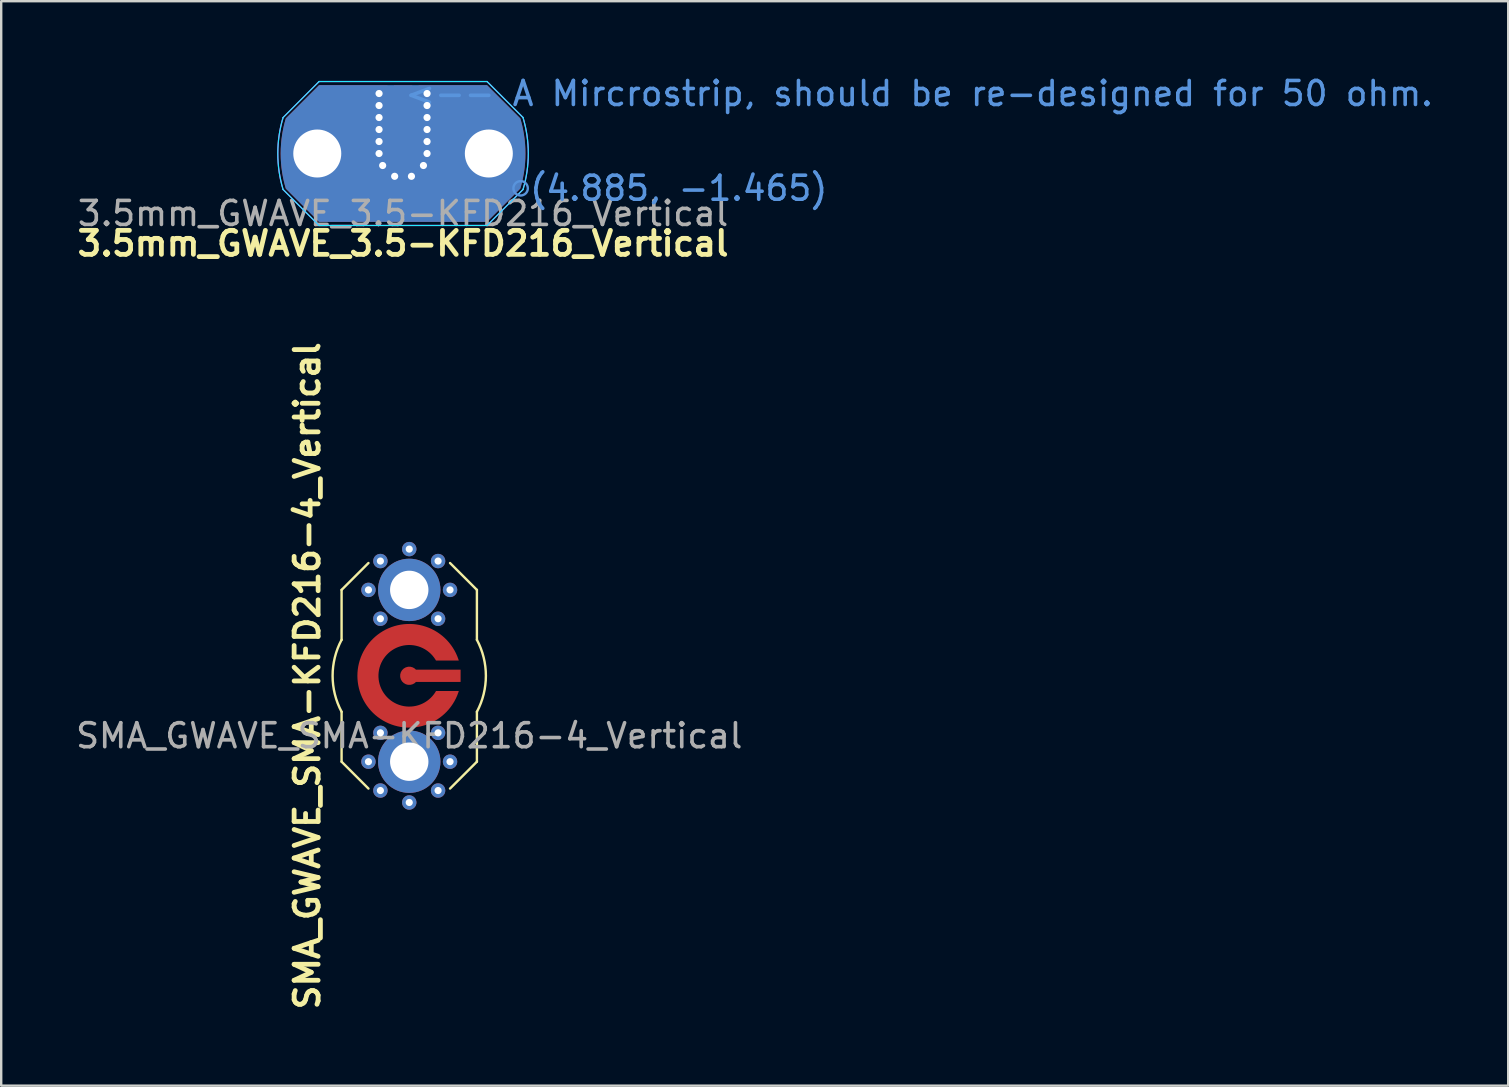
<source format=kicad_pcb>
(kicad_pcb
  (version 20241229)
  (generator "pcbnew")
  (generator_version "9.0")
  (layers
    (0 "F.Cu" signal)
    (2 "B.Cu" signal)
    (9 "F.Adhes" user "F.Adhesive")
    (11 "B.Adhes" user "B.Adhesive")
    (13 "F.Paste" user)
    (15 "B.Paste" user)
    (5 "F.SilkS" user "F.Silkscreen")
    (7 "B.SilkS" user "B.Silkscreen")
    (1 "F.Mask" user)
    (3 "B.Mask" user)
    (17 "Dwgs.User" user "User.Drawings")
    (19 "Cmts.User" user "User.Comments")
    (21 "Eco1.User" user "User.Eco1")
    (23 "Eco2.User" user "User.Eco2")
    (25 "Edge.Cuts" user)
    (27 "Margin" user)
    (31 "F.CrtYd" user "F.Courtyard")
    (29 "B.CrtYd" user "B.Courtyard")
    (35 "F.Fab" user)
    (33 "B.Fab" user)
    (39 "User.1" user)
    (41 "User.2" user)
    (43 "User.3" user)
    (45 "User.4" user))
  (footprint "3.5mm_GWAVE_3.5-KFD216_Vertical"
    (layer "F.Cu")
    (at 13.748 3.348)
    (property "Reference" "3.5mm_GWAVE_3.5-KFD216_Vertical" (at 0 3.75 0) (unlocked yes) (layer "F.SilkS") (effects (font (size 1 1) (thickness 0.2) (bold yes))))
    (fp_poly (pts (xy -0.65 -2.85) (arc (start -0.65 0) (mid 0 0.65) (end 0.65 0)) (xy 0.65 -2.85)) (stroke (width 0) (type solid)) (fill yes) (layer "F.Mask"))
    (fp_circle (center 4.9 1.45) (end 5.2 1.45) (stroke (width 0.1) (type default)) (fill no) (layer "Cmts.User"))
    (fp_line (start -5 -1.5) (end -3.5 -3) (stroke (width 0.05) (type default)) (layer "B.CrtYd"))
    (fp_line (start -3.5 -3) (end 3.5 -3) (stroke (width 0.05) (type default)) (layer "B.CrtYd"))
    (fp_line (start -3.5 3) (end -5 1.5) (stroke (width 0.05) (type default)) (layer "B.CrtYd"))
    (fp_line (start -3.5 3) (end 3.5 3) (stroke (width 0.05) (type default)) (layer "B.CrtYd"))
    (fp_line (start 3.5 -3) (end 5 -1.5) (stroke (width 0.05) (type default)) (layer "B.CrtYd"))
    (fp_line (start 3.5 3) (end 5 1.5) (stroke (width 0.05) (type default)) (layer "B.CrtYd"))
    (fp_arc (start -5 1.5) (mid -5.220153 0) (end -5 -1.5) (stroke (width 0.05) (type default)) (layer "B.CrtYd"))
    (fp_arc (start 5 -1.5) (mid 5.220153 0) (end 5 1.5) (stroke (width 0.05) (type default)) (layer "B.CrtYd"))
    (fp_line (start -5 1.5) (end -3.5 3) (stroke (width 0.05) (type default)) (layer "F.CrtYd"))
    (fp_line (start -3.5 -3) (end -5 -1.5) (stroke (width 0.05) (type default)) (layer "F.CrtYd"))
    (fp_line (start -3.5 -3) (end 3.5 -3) (stroke (width 0.05) (type default)) (layer "F.CrtYd"))
    (fp_line (start -3.5 3) (end 3.5 3) (stroke (width 0.05) (type default)) (layer "F.CrtYd"))
    (fp_line (start 3.5 -3) (end 5 -1.5) (stroke (width 0.05) (type default)) (layer "F.CrtYd"))
    (fp_line (start 3.5 3) (end 5 1.5) (stroke (width 0.05) (type default)) (layer "F.CrtYd"))
    (fp_arc (start -5 1.5) (mid -5.220153 0) (end -5 -1.5) (stroke (width 0.05) (type default)) (layer "F.CrtYd"))
    (fp_arc (start 5 -1.5) (mid 5.220153 0) (end 5 1.5) (stroke (width 0.05) (type default)) (layer "F.CrtYd"))
    (fp_text user "(4.885, -1.465)" (at 5.2 1.45 0) (unlocked yes) (layer "Cmts.User") (effects (font (size 1 1) (thickness 0.15)) (justify left)))
    (fp_text user "<-- A Mircrostrip, should be re-designed for 50 ohm." (at 0 -2.5 0) (unlocked yes) (layer "Cmts.User") (effects (font (size 1 1) (thickness 0.15)) (justify left)))
    (fp_text user "${REFERENCE}" (at 0 2.5 0) (unlocked yes) (layer "F.Fab") (effects (font (size 1 1) (thickness 0.15))))
    (pad "" np_thru_hole circle (at -3.575 0) (size 2.54 2.54) (drill 2) (layers "*.Cu" "*.Mask"))
    (pad "" np_thru_hole circle (at -1 -2.5) (size 0.3 0.3) (drill 0.3) (layers "*.Cu" "*.Mask"))
    (pad "" np_thru_hole circle (at -1 -2) (size 0.3 0.3) (drill 0.3) (layers "*.Cu" "*.Mask"))
    (pad "" np_thru_hole circle (at -1 -1.5) (size 0.3 0.3) (drill 0.3) (layers "*.Cu" "*.Mask"))
    (pad "" np_thru_hole circle (at -1 -1) (size 0.3 0.3) (drill 0.3) (layers "*.Cu" "*.Mask"))
    (pad "" np_thru_hole circle (at -1 -0.5) (size 0.3 0.3) (drill 0.3) (layers "*.Cu" "*.Mask"))
    (pad "" np_thru_hole circle (at -1 0) (size 0.3 0.3) (drill 0.3) (layers "*.Cu" "*.Mask"))
    (pad "" np_thru_hole circle (at -0.85 0.5) (size 0.3 0.3) (drill 0.3) (layers "*.Cu" "*.Mask"))
    (pad "" np_thru_hole circle (at -0.35 0.95) (size 0.3 0.3) (drill 0.3) (layers "*.Cu" "*.Mask"))
    (pad "" np_thru_hole circle (at 0.35 0.95) (size 0.3 0.3) (drill 0.3) (layers "*.Cu" "*.Mask"))
    (pad "" np_thru_hole circle (at 0.85 0.5) (size 0.3 0.3) (drill 0.3) (layers "*.Cu" "*.Mask"))
    (pad "" np_thru_hole circle (at 1 -2.5) (size 0.3 0.3) (drill 0.3) (layers "*.Cu" "*.Mask"))
    (pad "" np_thru_hole circle (at 1 -2) (size 0.3 0.3) (drill 0.3) (layers "*.Cu" "*.Mask"))
    (pad "" np_thru_hole circle (at 1 -1.5) (size 0.3 0.3) (drill 0.3) (layers "*.Cu" "*.Mask"))
    (pad "" np_thru_hole circle (at 1 -1) (size 0.3 0.3) (drill 0.3) (layers "*.Cu" "*.Mask"))
    (pad "" np_thru_hole circle (at 1 -0.5) (size 0.3 0.3) (drill 0.3) (layers "*.Cu" "*.Mask"))
    (pad "" np_thru_hole circle (at 1 0) (size 0.3 0.3) (drill 0.3) (layers "*.Cu" "*.Mask"))
    (pad "" np_thru_hole circle (at 3.575 0) (size 2.54 2.54) (drill 2) (layers "*.Cu" "*.Mask"))
    (pad "1" smd custom (at 0 0) (size 0.76 0.76) (layers "F.Cu" "F.Mask") (options (anchor circle)) (primitives (gr_rect (start -0.38 -2.85) (end 0.38 0) (width 0) (fill yes))))
    (pad "2" smd custom (at 0 2.5) (size 0.5 0.5) (layers "F.Cu" "F.Mask") (options (anchor circle)) (primitives (gr_poly (pts (arc (start -4.885 -3.965) (mid -5.099946 -2.5) (end -4.885 -1.035)) (xy -3.5 0.35) (xy 0 0.35) (xy 3.5 0.35) (arc (start 4.885 -1.035) (mid 5.099946 -2.5) (end 4.885 -3.965)) (xy 3.5 -5.35) (xy 0.65 -5.35) (arc (start 0.65 -2.5) (mid 0 -1.85) (end -0.65 -2.5)) (xy -0.65 -5.35) (xy -3.5 -5.35)) (width 0) (fill yes))))
    (pad "2" smd custom (at 0 2.5) (size 0.5 0.5) (layers "B.Cu" "B.Mask") (options (anchor circle)) (primitives (gr_poly (pts (xy -3.5 -5.35) (xy -0.65 -5.35) (xy 0.65 -5.35) (xy 3.5 -5.35) (arc (start 4.885 -3.965) (mid 5.099946 -2.5) (end 4.885 -1.035)) (xy 3.5 0.35) (xy 0 0.35) (xy -3.5 0.35) (arc (start -4.885 -1.035) (mid -5.099946 -2.5) (end -4.885 -3.965))) (width 0) (fill yes)))))
  (footprint "SMA_GWAVE_SMA-KFD216-4_Vertical"
    (layer "F.Cu")
    (at 14.006 25.115)
    (property "Reference" "SMA_GWAVE_SMA-KFD216-4_Vertical" (at -4.25 0 90) (unlocked yes) (layer "F.SilkS") (effects (font (size 1 1) (thickness 0.2) (bold yes))))
    (fp_circle (center 0 -3.58) (end -1.1 -3.58) (stroke (width 0) (type solid)) (fill yes) (layer "F.Mask"))
    (fp_circle (center 0 0) (end 2.16 0) (stroke (width 0) (type solid)) (fill yes) (layer "F.Mask"))
    (fp_circle (center 0 3.58) (end 1.1 3.58) (stroke (width 0) (type solid)) (fill yes) (layer "F.Mask"))
    (fp_circle (center 0 -3.58) (end -1.3 -3.58) (stroke (width 0) (type solid)) (fill yes) (layer "B.Mask"))
    (fp_circle (center 0 3.58) (end 1.3 3.58) (stroke (width 0) (type solid)) (fill yes) (layer "B.Mask"))
    (fp_line (start -2.82 -3.58) (end -2.82 -1.5) (stroke (width 0.1) (type default)) (layer "F.SilkS"))
    (fp_line (start -2.82 -3.58) (end -1.7 -4.7) (stroke (width 0.1) (type default)) (layer "F.SilkS"))
    (fp_line (start -2.82 1.5) (end -2.82 3.58) (stroke (width 0.1) (type default)) (layer "F.SilkS"))
    (fp_line (start -2.82 3.58) (end -1.7 4.7) (stroke (width 0.1) (type default)) (layer "F.SilkS"))
    (fp_line (start 2.82 -3.58) (end 1.7 -4.7) (stroke (width 0.1) (type default)) (layer "F.SilkS"))
    (fp_line (start 2.82 -1.5) (end 2.82 -3.58) (stroke (width 0.1) (type default)) (layer "F.SilkS"))
    (fp_line (start 2.82 1.5) (end 2.82 3.58) (stroke (width 0.1) (type default)) (layer "F.SilkS"))
    (fp_line (start 2.82 3.58) (end 1.7 4.7) (stroke (width 0.1) (type default)) (layer "F.SilkS"))
    (fp_arc (start -2.819999 1.5) (mid -3.194119 0) (end -2.819999 -1.5) (stroke (width 0.1) (type default)) (layer "F.SilkS"))
    (fp_arc (start 2.819999 -1.5) (mid 3.194119 0) (end 2.819999 1.5) (stroke (width 0.1) (type default)) (layer "F.SilkS"))
    (fp_text user "${REFERENCE}" (at 0 2.5 0) (unlocked yes) (layer "F.Fab") (effects (font (size 1 1) (thickness 0.15))))
    (pad "1" smd custom (at 1.85 0) (size 0.5 0.5) (layers "F.Cu" "F.Mask") (options (anchor circle)) (primitives (gr_rect (start -1.85 -0.255) (end 0.29 0.255) (width 0) (fill yes)) (gr_circle (center -1.85 0) (end -1.47 0) (width 0) (fill yes))))
    (pad "2" thru_hole circle (at -1.7 -3.58 180) (size 0.6 0.6) (drill 0.3) (layers "*.Cu"))
    (pad "2" smd custom (at -1.7 0) (size 0.5 0.5) (layers "F.Cu" "F.Mask") (options (anchor circle)) (primitives (gr_poly (pts (arc (start 3.765 -0.635) (mid -0.460424 0) (end 3.765 0.635)) (arc (start 2.815 0.635) (mid 0.416865 0) (end 2.815 -0.635))) (width 0) (fill yes))))
    (pad "2" thru_hole circle (at -1.7 3.58) (size 0.6 0.6) (drill 0.3) (layers "*.Cu"))
    (pad "2" thru_hole circle (at -1.202 -4.782 180) (size 0.6 0.6) (drill 0.3) (layers "*.Cu"))
    (pad "2" thru_hole circle (at -1.202 -2.378 180) (size 0.6 0.6) (drill 0.3) (layers "*.Cu"))
    (pad "2" thru_hole circle (at -1.202 2.378) (size 0.6 0.6) (drill 0.3) (layers "*.Cu"))
    (pad "2" thru_hole circle (at -1.202 4.782) (size 0.6 0.6) (drill 0.3) (layers "*.Cu"))
    (pad "2" thru_hole circle (at 0 -5.28 180) (size 0.6 0.6) (drill 0.3) (layers "*.Cu"))
    (pad "2" thru_hole circle (at 0 -3.58 180) (size 2.6 2.6) (drill 1.6) (layers "*.Cu"))
    (pad "2" thru_hole circle (at 0 3.58) (size 2.6 2.6) (drill 1.6) (layers "*.Cu"))
    (pad "2" thru_hole circle (at 0 5.28) (size 0.6 0.6) (drill 0.3) (layers "*.Cu"))
    (pad "2" thru_hole circle (at 1.202 -4.782 180) (size 0.6 0.6) (drill 0.3) (layers "*.Cu"))
    (pad "2" thru_hole circle (at 1.202 -2.378 180) (size 0.6 0.6) (drill 0.3) (layers "*.Cu"))
    (pad "2" thru_hole circle (at 1.202 2.378) (size 0.6 0.6) (drill 0.3) (layers "*.Cu"))
    (pad "2" thru_hole circle (at 1.202 4.782) (size 0.6 0.6) (drill 0.3) (layers "*.Cu"))
    (pad "2" thru_hole circle (at 1.7 -3.58 180) (size 0.6 0.6) (drill 0.3) (layers "*.Cu"))
    (pad "2" thru_hole circle (at 1.7 3.58) (size 0.6 0.6) (drill 0.3) (layers "*.Cu"))
    (zone (net_name "") (layer "F.Cu") (name "RF_Clearance") (hatch full 0.508) (connect_pads) (min_thickness 0.25) (filled_areas_thickness no) (keepout (tracks allowed) (vias not_allowed) (pads allowed) (copperpour not_allowed) (footprints allowed)) (placement (enabled no)) (fill) (polygon (pts (xy 16.166 25.115) (xy 16.146 24.821) (xy 16.086 24.532) (xy 15.988 24.254) (xy 15.852 23.993) (xy 15.682 23.752) (xy 15.481 23.536) (xy 15.252 23.35) (xy 15 23.197) (xy 14.729 23.08) (xy 14.446 23) (xy 14.153 22.96) (xy 13.859 22.96) (xy 13.566 23) (xy 13.282 23.08) (xy 13.012 23.197) (xy 12.76 23.35) (xy 12.531 23.536) (xy 12.33 23.752) (xy 12.16 23.993) (xy 12.024 24.254) (xy 11.926 24.532) (xy 11.866 24.821) (xy 11.846 25.115) (xy 11.866 25.409) (xy 11.926 25.698) (xy 12.024 25.976) (xy 12.16 26.238) (xy 12.33 26.479) (xy 12.531 26.694) (xy 12.76 26.88) (xy 13.012 27.033) (xy 13.282 27.151) (xy 13.566 27.23) (xy 13.859 27.271) (xy 14.153 27.271) (xy 14.446 27.23) (xy 14.729 27.151) (xy 15 27.033) (xy 15.252 26.88) (xy 15.481 26.694) (xy 15.682 26.479) (xy 15.852 26.238) (xy 15.988 25.976) (xy 16.086 25.698) (xy 16.146 25.409)))))
  (gr_rect
    (start -3 -3)
    (end 59.807 42.196)
    (stroke (width 0.1) (type default))
    (fill no)
    (layer "Edge.Cuts")))
</source>
